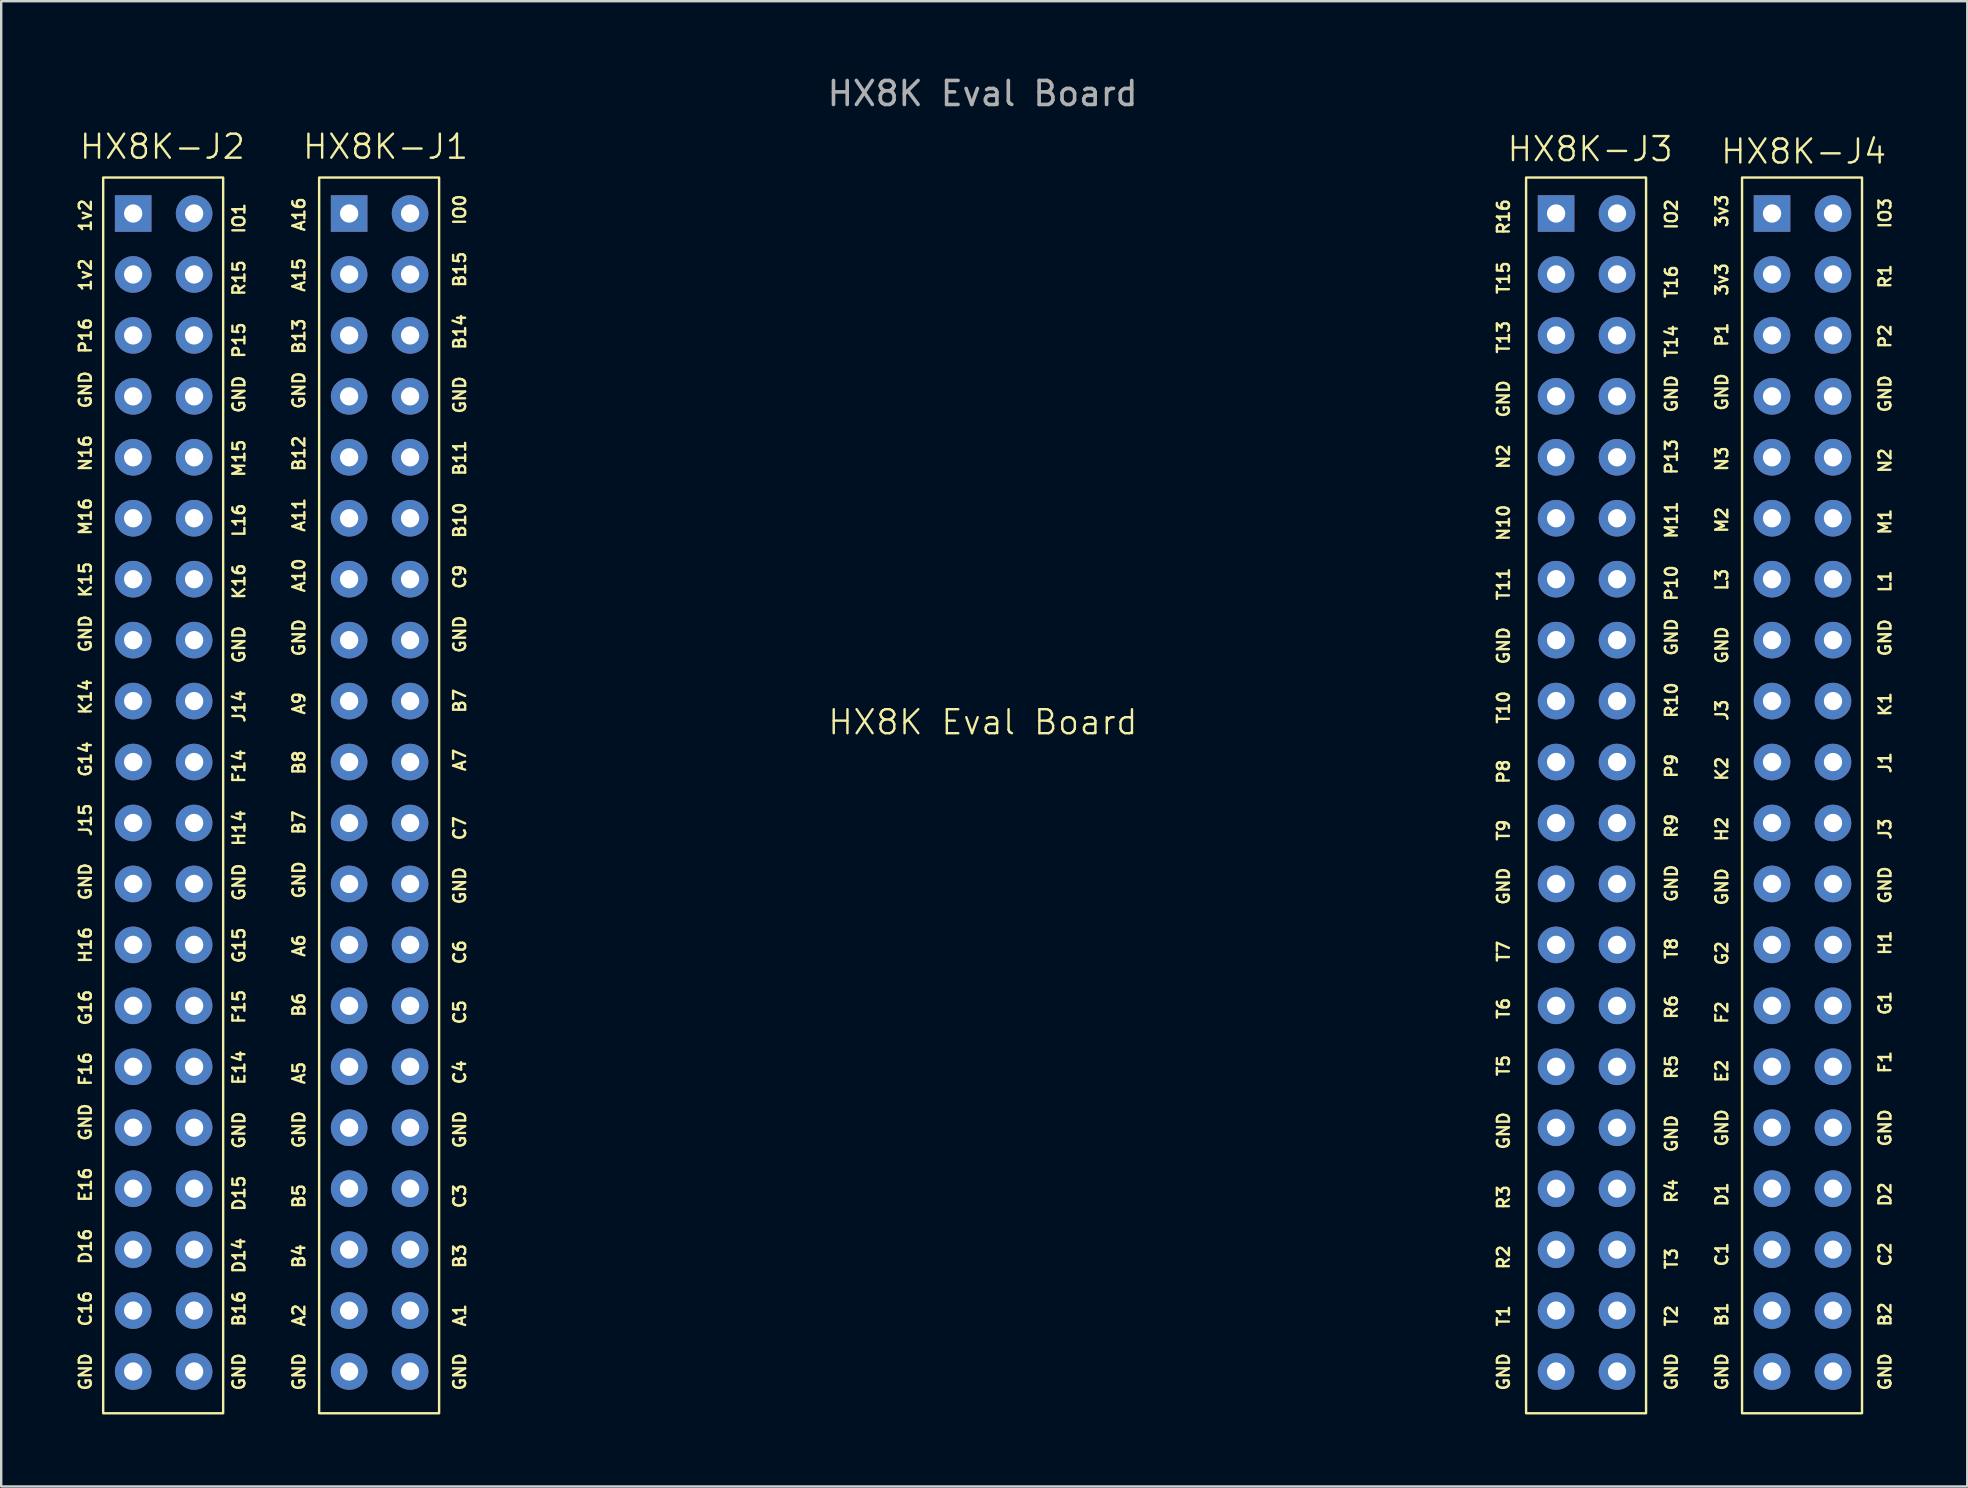
<source format=kicad_pcb>
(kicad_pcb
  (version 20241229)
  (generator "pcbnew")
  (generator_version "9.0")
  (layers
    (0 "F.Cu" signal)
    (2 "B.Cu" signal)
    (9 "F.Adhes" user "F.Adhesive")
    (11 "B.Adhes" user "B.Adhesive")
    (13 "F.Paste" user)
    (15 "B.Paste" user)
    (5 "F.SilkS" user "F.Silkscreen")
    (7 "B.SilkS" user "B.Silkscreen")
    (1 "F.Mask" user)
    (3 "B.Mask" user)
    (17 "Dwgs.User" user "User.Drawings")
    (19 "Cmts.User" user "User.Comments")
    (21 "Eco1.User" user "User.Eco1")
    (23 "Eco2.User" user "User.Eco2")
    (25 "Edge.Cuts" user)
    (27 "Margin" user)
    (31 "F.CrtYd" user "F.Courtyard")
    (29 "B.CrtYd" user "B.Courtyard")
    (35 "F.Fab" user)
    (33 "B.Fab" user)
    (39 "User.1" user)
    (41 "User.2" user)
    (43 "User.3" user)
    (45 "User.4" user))
  (footprint "HX8K Eval Board"
    (layer "F.Cu")
    (at 37.9 29.348)
    (property "Reference" "HX8K Eval Board" (at 0.01 -2.3 0) (unlocked yes) (layer "F.SilkS") (effects (font (size 1 1) (thickness 0.1))))
    (attr through_hole)
    (fp_rect (start -36.65 -25) (end -31.65 26.5) (stroke (width 0.1) (type default)) (fill no) (layer "F.SilkS"))
    (fp_rect (start -27.65 -25) (end -22.65 26.5) (stroke (width 0.1) (type default)) (fill no) (layer "F.SilkS"))
    (fp_rect (start 22.65 -25) (end 27.65 26.5) (stroke (width 0.1) (type default)) (fill no) (layer "F.SilkS"))
    (fp_rect (start 31.65 -25) (end 36.65 26.5) (stroke (width 0.1) (type default)) (fill no) (layer "F.SilkS"))
    (fp_text user "GND   T2    T3     R4   GND    R5    R6    T8    GND   R9    P9    R10   GND  P10   M11   P13   GND  T14   T16    IO2" (at 29 25.6 90) (unlocked yes) (layer "F.SilkS") (effects (font (size 0.5 0.5) (thickness 0.1)) (justify left bottom)))
    (fp_text user "GND   A2    B4    B5    GND   A5     B6    A6    GND   B7    B8    A9    GND   A10   A11   B12   GND  B13   A15   A16" (at -28.2 25.6 90) (unlocked yes) (layer "F.SilkS") (effects (font (size 0.5 0.5) (thickness 0.1)) (justify left bottom)))
    (fp_text user "GND   A1    B3    C3    GND   C4    C5    C6    GND   C7     A7    B7    GND   C9   B10   B11   GND   B14   B15   IO0" (at -21.5 25.6 90) (unlocked yes) (layer "F.SilkS") (effects (font (size 0.5 0.5) (thickness 0.1)) (justify left bottom)))
    (fp_text user "HX8K-J2" (at -37.7 -25.7 0) (unlocked yes) (layer "F.SilkS") (effects (font (size 1 1) (thickness 0.1)) (justify left bottom)))
    (fp_text user "GND   B16  D14   D15   GND   E14   F15   G15   GND  H14   F14   J14   GND   K16   L16   M15   GND  P15   R15   IO1" (at -30.7 25.6 90) (unlocked yes) (layer "F.SilkS") (effects (font (size 0.5 0.5) (thickness 0.1)) (justify left bottom)))
    (fp_text user "GND   B2    C2    D2    GND    F1    G1    H1   GND   J3     J1    K1    GND   L1    M1    N2    GND   P2    R1    IO3" (at 37.9 25.6 90) (unlocked yes) (layer "F.SilkS") (effects (font (size 0.5 0.5) (thickness 0.1)) (justify left bottom)))
    (fp_text user "GND   B1    C1    D1    GND   E2    F2    G2    GND   H2    K2    J3    GND    L3    M2    N3    GND   P1   3v3    3v3" (at 31.1 25.6 90) (unlocked yes) (layer "F.SilkS") (effects (font (size 0.5 0.5) (thickness 0.1)) (justify left bottom)))
    (fp_text user "HX8K-J3" (at 21.8 -25.6 0) (unlocked yes) (layer "F.SilkS") (effects (font (size 1 1) (thickness 0.1)) (justify left bottom)))
    (fp_text user "GND   C16   D16   E16   GND  F16   G16   H16   GND   J15   G14   K14   GND  K15   M16   N16   GND  P16   1v2   1v2" (at -37.1 25.6 90) (unlocked yes) (layer "F.SilkS") (effects (font (size 0.5 0.5) (thickness 0.1)) (justify left bottom)))
    (fp_text user "HX8K-J4" (at 30.7 -25.5 0) (unlocked yes) (layer "F.SilkS") (effects (font (size 1 1) (thickness 0.1)) (justify left bottom)))
    (fp_text user "HX8K-J1" (at -28.4 -25.7 0) (unlocked yes) (layer "F.SilkS") (effects (font (size 1 1) (thickness 0.1)) (justify left bottom)))
    (fp_text user "GND   T1    R2    R3    GND    T5    T6    T7    GND   T9    P8    T10   GND   T11   N10    N2   GND   T13   T15   R16" (at 22 25.6 90) (unlocked yes) (layer "F.SilkS") (effects (font (size 0.5 0.5) (thickness 0.1)) (justify left bottom)))
    (fp_text user "${REFERENCE}" (at 0 -28.5 0) (unlocked yes) (layer "F.Fab") (effects (font (size 1 1) (thickness 0.15))))
    (pad "J1P1" thru_hole rect (at -26.4 -23.5) (size 1.524 1.524) (drill 0.762) (layers "*.Cu" "*.Mask"))
    (pad "J1P2" thru_hole circle (at -26.4 -20.96) (size 1.524 1.524) (drill 0.762) (layers "*.Cu" "*.Mask"))
    (pad "J1P3" thru_hole circle (at -26.4 -18.42) (size 1.524 1.524) (drill 0.762) (layers "*.Cu" "*.Mask"))
    (pad "J1P4" thru_hole circle (at -26.4 -15.88) (size 1.524 1.524) (drill 0.762) (layers "*.Cu" "*.Mask"))
    (pad "J1P5" thru_hole circle (at -26.4 -13.34) (size 1.524 1.524) (drill 0.762) (layers "*.Cu" "*.Mask"))
    (pad "J1P6" thru_hole circle (at -26.4 -10.8) (size 1.524 1.524) (drill 0.762) (layers "*.Cu" "*.Mask"))
    (pad "J1P7" thru_hole circle (at -26.4 -8.26) (size 1.524 1.524) (drill 0.762) (layers "*.Cu" "*.Mask"))
    (pad "J1P8" thru_hole circle (at -26.4 -5.72) (size 1.524 1.524) (drill 0.762) (layers "*.Cu" "*.Mask"))
    (pad "J1P9" thru_hole circle (at -26.4 -3.18) (size 1.524 1.524) (drill 0.762) (layers "*.Cu" "*.Mask"))
    (pad "J1P10" thru_hole circle (at -26.4 -0.64) (size 1.524 1.524) (drill 0.762) (layers "*.Cu" "*.Mask"))
    (pad "J1P11" thru_hole circle (at -26.4 1.9) (size 1.524 1.524) (drill 0.762) (layers "*.Cu" "*.Mask"))
    (pad "J1P12" thru_hole circle (at -26.4 4.44) (size 1.524 1.524) (drill 0.762) (layers "*.Cu" "*.Mask"))
    (pad "J1P13" thru_hole circle (at -26.4 6.98) (size 1.524 1.524) (drill 0.762) (layers "*.Cu" "*.Mask"))
    (pad "J1P14" thru_hole circle (at -26.4 9.52) (size 1.524 1.524) (drill 0.762) (layers "*.Cu" "*.Mask"))
    (pad "J1P15" thru_hole circle (at -26.4 12.06) (size 1.524 1.524) (drill 0.762) (layers "*.Cu" "*.Mask"))
    (pad "J1P16" thru_hole circle (at -26.4 14.6) (size 1.524 1.524) (drill 0.762) (layers "*.Cu" "*.Mask"))
    (pad "J1P17" thru_hole circle (at -26.4 17.14) (size 1.524 1.524) (drill 0.762) (layers "*.Cu" "*.Mask"))
    (pad "J1P18" thru_hole circle (at -26.4 19.68) (size 1.524 1.524) (drill 0.762) (layers "*.Cu" "*.Mask"))
    (pad "J1P19" thru_hole circle (at -26.4 22.22) (size 1.524 1.524) (drill 0.762) (layers "*.Cu" "*.Mask"))
    (pad "J1P20" thru_hole circle (at -26.4 24.76) (size 1.524 1.524) (drill 0.762) (layers "*.Cu" "*.Mask"))
    (pad "J1P21" thru_hole circle (at -23.86 -23.5) (size 1.524 1.524) (drill 0.762) (layers "*.Cu" "*.Mask"))
    (pad "J1P22" thru_hole circle (at -23.86 -20.96) (size 1.524 1.524) (drill 0.762) (layers "*.Cu" "*.Mask"))
    (pad "J1P23" thru_hole circle (at -23.86 -18.42) (size 1.524 1.524) (drill 0.762) (layers "*.Cu" "*.Mask"))
    (pad "J1P24" thru_hole circle (at -23.86 -15.88) (size 1.524 1.524) (drill 0.762) (layers "*.Cu" "*.Mask"))
    (pad "J1P25" thru_hole circle (at -23.86 -13.34) (size 1.524 1.524) (drill 0.762) (layers "*.Cu" "*.Mask"))
    (pad "J1P26" thru_hole circle (at -23.86 -10.8) (size 1.524 1.524) (drill 0.762) (layers "*.Cu" "*.Mask"))
    (pad "J1P27" thru_hole circle (at -23.86 -8.26) (size 1.524 1.524) (drill 0.762) (layers "*.Cu" "*.Mask"))
    (pad "J1P28" thru_hole circle (at -23.86 -5.72) (size 1.524 1.524) (drill 0.762) (layers "*.Cu" "*.Mask"))
    (pad "J1P29" thru_hole circle (at -23.86 -3.18) (size 1.524 1.524) (drill 0.762) (layers "*.Cu" "*.Mask"))
    (pad "J1P30" thru_hole circle (at -23.86 -0.64) (size 1.524 1.524) (drill 0.762) (layers "*.Cu" "*.Mask"))
    (pad "J1P31" thru_hole circle (at -23.86 1.9) (size 1.524 1.524) (drill 0.762) (layers "*.Cu" "*.Mask"))
    (pad "J1P32" thru_hole circle (at -23.86 4.44) (size 1.524 1.524) (drill 0.762) (layers "*.Cu" "*.Mask"))
    (pad "J1P33" thru_hole circle (at -23.86 6.98) (size 1.524 1.524) (drill 0.762) (layers "*.Cu" "*.Mask"))
    (pad "J1P34" thru_hole circle (at -23.86 9.52) (size 1.524 1.524) (drill 0.762) (layers "*.Cu" "*.Mask"))
    (pad "J1P35" thru_hole circle (at -23.86 12.06) (size 1.524 1.524) (drill 0.762) (layers "*.Cu" "*.Mask"))
    (pad "J1P36" thru_hole circle (at -23.86 14.6) (size 1.524 1.524) (drill 0.762) (layers "*.Cu" "*.Mask"))
    (pad "J1P37" thru_hole circle (at -23.86 17.14) (size 1.524 1.524) (drill 0.762) (layers "*.Cu" "*.Mask"))
    (pad "J1P38" thru_hole circle (at -23.86 19.68) (size 1.524 1.524) (drill 0.762) (layers "*.Cu" "*.Mask"))
    (pad "J1P39" thru_hole circle (at -23.86 22.22) (size 1.524 1.524) (drill 0.762) (layers "*.Cu" "*.Mask"))
    (pad "J1P40" thru_hole circle (at -23.86 24.76) (size 1.524 1.524) (drill 0.762) (layers "*.Cu" "*.Mask"))
    (pad "J2P1" thru_hole rect (at -35.4 -23.5) (size 1.524 1.524) (drill 0.762) (layers "*.Cu" "*.Mask"))
    (pad "J2P2" thru_hole circle (at -35.4 -20.96) (size 1.524 1.524) (drill 0.762) (layers "*.Cu" "*.Mask"))
    (pad "J2P3" thru_hole circle (at -35.4 -18.42) (size 1.524 1.524) (drill 0.762) (layers "*.Cu" "*.Mask"))
    (pad "J2P4" thru_hole circle (at -35.4 -15.88) (size 1.524 1.524) (drill 0.762) (layers "*.Cu" "*.Mask"))
    (pad "J2P5" thru_hole circle (at -35.4 -13.34) (size 1.524 1.524) (drill 0.762) (layers "*.Cu" "*.Mask"))
    (pad "J2P6" thru_hole circle (at -35.4 -10.8) (size 1.524 1.524) (drill 0.762) (layers "*.Cu" "*.Mask"))
    (pad "J2P7" thru_hole circle (at -35.4 -8.26) (size 1.524 1.524) (drill 0.762) (layers "*.Cu" "*.Mask"))
    (pad "J2P8" thru_hole circle (at -35.4 -5.72) (size 1.524 1.524) (drill 0.762) (layers "*.Cu" "*.Mask"))
    (pad "J2P9" thru_hole circle (at -35.4 -3.18) (size 1.524 1.524) (drill 0.762) (layers "*.Cu" "*.Mask"))
    (pad "J2P10" thru_hole circle (at -35.4 -0.64) (size 1.524 1.524) (drill 0.762) (layers "*.Cu" "*.Mask"))
    (pad "J2P11" thru_hole circle (at -35.4 1.9) (size 1.524 1.524) (drill 0.762) (layers "*.Cu" "*.Mask"))
    (pad "J2P12" thru_hole circle (at -35.4 4.44) (size 1.524 1.524) (drill 0.762) (layers "*.Cu" "*.Mask"))
    (pad "J2P13" thru_hole circle (at -35.4 6.98) (size 1.524 1.524) (drill 0.762) (layers "*.Cu" "*.Mask"))
    (pad "J2P14" thru_hole circle (at -35.4 9.52) (size 1.524 1.524) (drill 0.762) (layers "*.Cu" "*.Mask"))
    (pad "J2P15" thru_hole circle (at -35.4 12.06) (size 1.524 1.524) (drill 0.762) (layers "*.Cu" "*.Mask"))
    (pad "J2P16" thru_hole circle (at -35.4 14.6) (size 1.524 1.524) (drill 0.762) (layers "*.Cu" "*.Mask"))
    (pad "J2P17" thru_hole circle (at -35.4 17.14) (size 1.524 1.524) (drill 0.762) (layers "*.Cu" "*.Mask"))
    (pad "J2P18" thru_hole circle (at -35.4 19.68) (size 1.524 1.524) (drill 0.762) (layers "*.Cu" "*.Mask"))
    (pad "J2P19" thru_hole circle (at -35.4 22.22) (size 1.524 1.524) (drill 0.762) (layers "*.Cu" "*.Mask"))
    (pad "J2P20" thru_hole circle (at -35.4 24.76) (size 1.524 1.524) (drill 0.762) (layers "*.Cu" "*.Mask"))
    (pad "J2P21" thru_hole circle (at -32.86 -23.5) (size 1.524 1.524) (drill 0.762) (layers "*.Cu" "*.Mask"))
    (pad "J2P22" thru_hole circle (at -32.86 -20.96) (size 1.524 1.524) (drill 0.762) (layers "*.Cu" "*.Mask"))
    (pad "J2P23" thru_hole circle (at -32.86 -18.42) (size 1.524 1.524) (drill 0.762) (layers "*.Cu" "*.Mask"))
    (pad "J2P24" thru_hole circle (at -32.86 -15.88) (size 1.524 1.524) (drill 0.762) (layers "*.Cu" "*.Mask"))
    (pad "J2P25" thru_hole circle (at -32.86 -13.34) (size 1.524 1.524) (drill 0.762) (layers "*.Cu" "*.Mask"))
    (pad "J2P26" thru_hole circle (at -32.86 -10.8) (size 1.524 1.524) (drill 0.762) (layers "*.Cu" "*.Mask"))
    (pad "J2P27" thru_hole circle (at -32.86 -8.26) (size 1.524 1.524) (drill 0.762) (layers "*.Cu" "*.Mask"))
    (pad "J2P28" thru_hole circle (at -32.86 -5.72) (size 1.524 1.524) (drill 0.762) (layers "*.Cu" "*.Mask"))
    (pad "J2P29" thru_hole circle (at -32.86 -3.18) (size 1.524 1.524) (drill 0.762) (layers "*.Cu" "*.Mask"))
    (pad "J2P30" thru_hole circle (at -32.86 -0.64) (size 1.524 1.524) (drill 0.762) (layers "*.Cu" "*.Mask"))
    (pad "J2P31" thru_hole circle (at -32.86 1.9) (size 1.524 1.524) (drill 0.762) (layers "*.Cu" "*.Mask"))
    (pad "J2P32" thru_hole circle (at -32.86 4.44) (size 1.524 1.524) (drill 0.762) (layers "*.Cu" "*.Mask"))
    (pad "J2P33" thru_hole circle (at -32.86 6.98) (size 1.524 1.524) (drill 0.762) (layers "*.Cu" "*.Mask"))
    (pad "J2P34" thru_hole circle (at -32.86 9.52) (size 1.524 1.524) (drill 0.762) (layers "*.Cu" "*.Mask"))
    (pad "J2P35" thru_hole circle (at -32.86 12.06) (size 1.524 1.524) (drill 0.762) (layers "*.Cu" "*.Mask"))
    (pad "J2P36" thru_hole circle (at -32.86 14.6) (size 1.524 1.524) (drill 0.762) (layers "*.Cu" "*.Mask"))
    (pad "J2P37" thru_hole circle (at -32.86 17.14) (size 1.524 1.524) (drill 0.762) (layers "*.Cu" "*.Mask"))
    (pad "J2P38" thru_hole circle (at -32.86 19.68) (size 1.524 1.524) (drill 0.762) (layers "*.Cu" "*.Mask"))
    (pad "J2P39" thru_hole circle (at -32.86 22.22) (size 1.524 1.524) (drill 0.762) (layers "*.Cu" "*.Mask"))
    (pad "J2P40" thru_hole circle (at -32.86 24.76) (size 1.524 1.524) (drill 0.762) (layers "*.Cu" "*.Mask"))
    (pad "J3P1" thru_hole rect (at 23.9 -23.5) (size 1.524 1.524) (drill 0.762) (layers "*.Cu" "*.Mask"))
    (pad "J3P2" thru_hole circle (at 23.9 -20.96) (size 1.524 1.524) (drill 0.762) (layers "*.Cu" "*.Mask"))
    (pad "J3P3" thru_hole circle (at 23.9 -18.42) (size 1.524 1.524) (drill 0.762) (layers "*.Cu" "*.Mask"))
    (pad "J3P4" thru_hole circle (at 23.9 -15.88) (size 1.524 1.524) (drill 0.762) (layers "*.Cu" "*.Mask"))
    (pad "J3P5" thru_hole circle (at 23.9 -13.34) (size 1.524 1.524) (drill 0.762) (layers "*.Cu" "*.Mask"))
    (pad "J3P6" thru_hole circle (at 23.9 -10.8) (size 1.524 1.524) (drill 0.762) (layers "*.Cu" "*.Mask"))
    (pad "J3P7" thru_hole circle (at 23.9 -8.26) (size 1.524 1.524) (drill 0.762) (layers "*.Cu" "*.Mask"))
    (pad "J3P8" thru_hole circle (at 23.9 -5.72) (size 1.524 1.524) (drill 0.762) (layers "*.Cu" "*.Mask"))
    (pad "J3P9" thru_hole circle (at 23.9 -3.18) (size 1.524 1.524) (drill 0.762) (layers "*.Cu" "*.Mask"))
    (pad "J3P10" thru_hole circle (at 23.9 -0.64) (size 1.524 1.524) (drill 0.762) (layers "*.Cu" "*.Mask"))
    (pad "J3P11" thru_hole circle (at 23.9 1.9) (size 1.524 1.524) (drill 0.762) (layers "*.Cu" "*.Mask"))
    (pad "J3P12" thru_hole circle (at 23.9 4.44) (size 1.524 1.524) (drill 0.762) (layers "*.Cu" "*.Mask"))
    (pad "J3P13" thru_hole circle (at 23.9 6.98) (size 1.524 1.524) (drill 0.762) (layers "*.Cu" "*.Mask"))
    (pad "J3P14" thru_hole circle (at 23.9 9.52) (size 1.524 1.524) (drill 0.762) (layers "*.Cu" "*.Mask"))
    (pad "J3P15" thru_hole circle (at 23.9 12.06) (size 1.524 1.524) (drill 0.762) (layers "*.Cu" "*.Mask"))
    (pad "J3P16" thru_hole circle (at 23.9 14.6) (size 1.524 1.524) (drill 0.762) (layers "*.Cu" "*.Mask"))
    (pad "J3P17" thru_hole circle (at 23.9 17.14) (size 1.524 1.524) (drill 0.762) (layers "*.Cu" "*.Mask"))
    (pad "J3P18" thru_hole circle (at 23.9 19.68) (size 1.524 1.524) (drill 0.762) (layers "*.Cu" "*.Mask"))
    (pad "J3P19" thru_hole circle (at 23.9 22.22) (size 1.524 1.524) (drill 0.762) (layers "*.Cu" "*.Mask"))
    (pad "J3P20" thru_hole circle (at 23.9 24.76) (size 1.524 1.524) (drill 0.762) (layers "*.Cu" "*.Mask"))
    (pad "J3P21" thru_hole circle (at 26.44 -23.5) (size 1.524 1.524) (drill 0.762) (layers "*.Cu" "*.Mask"))
    (pad "J3P22" thru_hole circle (at 26.44 -20.96) (size 1.524 1.524) (drill 0.762) (layers "*.Cu" "*.Mask"))
    (pad "J3P23" thru_hole circle (at 26.44 -18.42) (size 1.524 1.524) (drill 0.762) (layers "*.Cu" "*.Mask"))
    (pad "J3P24" thru_hole circle (at 26.44 -15.88) (size 1.524 1.524) (drill 0.762) (layers "*.Cu" "*.Mask"))
    (pad "J3P25" thru_hole circle (at 26.44 -13.34) (size 1.524 1.524) (drill 0.762) (layers "*.Cu" "*.Mask"))
    (pad "J3P26" thru_hole circle (at 26.44 -10.8) (size 1.524 1.524) (drill 0.762) (layers "*.Cu" "*.Mask"))
    (pad "J3P27" thru_hole circle (at 26.44 -8.26) (size 1.524 1.524) (drill 0.762) (layers "*.Cu" "*.Mask"))
    (pad "J3P28" thru_hole circle (at 26.44 -5.72) (size 1.524 1.524) (drill 0.762) (layers "*.Cu" "*.Mask"))
    (pad "J3P29" thru_hole circle (at 26.44 -3.18) (size 1.524 1.524) (drill 0.762) (layers "*.Cu" "*.Mask"))
    (pad "J3P30" thru_hole circle (at 26.44 -0.64) (size 1.524 1.524) (drill 0.762) (layers "*.Cu" "*.Mask"))
    (pad "J3P31" thru_hole circle (at 26.44 1.9) (size 1.524 1.524) (drill 0.762) (layers "*.Cu" "*.Mask"))
    (pad "J3P32" thru_hole circle (at 26.44 4.44) (size 1.524 1.524) (drill 0.762) (layers "*.Cu" "*.Mask"))
    (pad "J3P33" thru_hole circle (at 26.44 6.98) (size 1.524 1.524) (drill 0.762) (layers "*.Cu" "*.Mask"))
    (pad "J3P34" thru_hole circle (at 26.44 9.52) (size 1.524 1.524) (drill 0.762) (layers "*.Cu" "*.Mask"))
    (pad "J3P35" thru_hole circle (at 26.44 12.06) (size 1.524 1.524) (drill 0.762) (layers "*.Cu" "*.Mask"))
    (pad "J3P36" thru_hole circle (at 26.44 14.6) (size 1.524 1.524) (drill 0.762) (layers "*.Cu" "*.Mask"))
    (pad "J3P37" thru_hole circle (at 26.44 17.14) (size 1.524 1.524) (drill 0.762) (layers "*.Cu" "*.Mask"))
    (pad "J3P38" thru_hole circle (at 26.44 19.68) (size 1.524 1.524) (drill 0.762) (layers "*.Cu" "*.Mask"))
    (pad "J3P39" thru_hole circle (at 26.44 22.22) (size 1.524 1.524) (drill 0.762) (layers "*.Cu" "*.Mask"))
    (pad "J3P40" thru_hole circle (at 26.44 24.76) (size 1.524 1.524) (drill 0.762) (layers "*.Cu" "*.Mask"))
    (pad "J4P1" thru_hole rect (at 32.9 -23.5) (size 1.524 1.524) (drill 0.762) (layers "*.Cu" "*.Mask"))
    (pad "J4P2" thru_hole circle (at 32.9 -20.96) (size 1.524 1.524) (drill 0.762) (layers "*.Cu" "*.Mask"))
    (pad "J4P3" thru_hole circle (at 32.9 -18.42) (size 1.524 1.524) (drill 0.762) (layers "*.Cu" "*.Mask"))
    (pad "J4P4" thru_hole circle (at 32.9 -15.88) (size 1.524 1.524) (drill 0.762) (layers "*.Cu" "*.Mask"))
    (pad "J4P5" thru_hole circle (at 32.9 -13.34) (size 1.524 1.524) (drill 0.762) (layers "*.Cu" "*.Mask"))
    (pad "J4P6" thru_hole circle (at 32.9 -10.8) (size 1.524 1.524) (drill 0.762) (layers "*.Cu" "*.Mask"))
    (pad "J4P7" thru_hole circle (at 32.9 -8.26) (size 1.524 1.524) (drill 0.762) (layers "*.Cu" "*.Mask"))
    (pad "J4P8" thru_hole circle (at 32.9 -5.72) (size 1.524 1.524) (drill 0.762) (layers "*.Cu" "*.Mask"))
    (pad "J4P9" thru_hole circle (at 32.9 -3.18) (size 1.524 1.524) (drill 0.762) (layers "*.Cu" "*.Mask"))
    (pad "J4P10" thru_hole circle (at 32.9 -0.64) (size 1.524 1.524) (drill 0.762) (layers "*.Cu" "*.Mask"))
    (pad "J4P11" thru_hole circle (at 32.9 1.9) (size 1.524 1.524) (drill 0.762) (layers "*.Cu" "*.Mask"))
    (pad "J4P12" thru_hole circle (at 32.9 4.44) (size 1.524 1.524) (drill 0.762) (layers "*.Cu" "*.Mask"))
    (pad "J4P13" thru_hole circle (at 32.9 6.98) (size 1.524 1.524) (drill 0.762) (layers "*.Cu" "*.Mask"))
    (pad "J4P14" thru_hole circle (at 32.9 9.52) (size 1.524 1.524) (drill 0.762) (layers "*.Cu" "*.Mask"))
    (pad "J4P15" thru_hole circle (at 32.9 12.06) (size 1.524 1.524) (drill 0.762) (layers "*.Cu" "*.Mask"))
    (pad "J4P16" thru_hole circle (at 32.9 14.6) (size 1.524 1.524) (drill 0.762) (layers "*.Cu" "*.Mask"))
    (pad "J4P17" thru_hole circle (at 32.9 17.14) (size 1.524 1.524) (drill 0.762) (layers "*.Cu" "*.Mask"))
    (pad "J4P18" thru_hole circle (at 32.9 19.68) (size 1.524 1.524) (drill 0.762) (layers "*.Cu" "*.Mask"))
    (pad "J4P19" thru_hole circle (at 32.9 22.22) (size 1.524 1.524) (drill 0.762) (layers "*.Cu" "*.Mask"))
    (pad "J4P20" thru_hole circle (at 32.9 24.76) (size 1.524 1.524) (drill 0.762) (layers "*.Cu" "*.Mask"))
    (pad "J4P21" thru_hole circle (at 35.44 -23.5) (size 1.524 1.524) (drill 0.762) (layers "*.Cu" "*.Mask"))
    (pad "J4P22" thru_hole circle (at 35.44 -20.96) (size 1.524 1.524) (drill 0.762) (layers "*.Cu" "*.Mask"))
    (pad "J4P23" thru_hole circle (at 35.44 -18.42) (size 1.524 1.524) (drill 0.762) (layers "*.Cu" "*.Mask"))
    (pad "J4P24" thru_hole circle (at 35.44 -15.88) (size 1.524 1.524) (drill 0.762) (layers "*.Cu" "*.Mask"))
    (pad "J4P25" thru_hole circle (at 35.44 -13.34) (size 1.524 1.524) (drill 0.762) (layers "*.Cu" "*.Mask"))
    (pad "J4P26" thru_hole circle (at 35.44 -10.8) (size 1.524 1.524) (drill 0.762) (layers "*.Cu" "*.Mask"))
    (pad "J4P27" thru_hole circle (at 35.44 -8.26) (size 1.524 1.524) (drill 0.762) (layers "*.Cu" "*.Mask"))
    (pad "J4P28" thru_hole circle (at 35.44 -5.72) (size 1.524 1.524) (drill 0.762) (layers "*.Cu" "*.Mask"))
    (pad "J4P29" thru_hole circle (at 35.44 -3.18) (size 1.524 1.524) (drill 0.762) (layers "*.Cu" "*.Mask"))
    (pad "J4P30" thru_hole circle (at 35.44 -0.64) (size 1.524 1.524) (drill 0.762) (layers "*.Cu" "*.Mask"))
    (pad "J4P31" thru_hole circle (at 35.44 1.9) (size 1.524 1.524) (drill 0.762) (layers "*.Cu" "*.Mask"))
    (pad "J4P32" thru_hole circle (at 35.44 4.44) (size 1.524 1.524) (drill 0.762) (layers "*.Cu" "*.Mask"))
    (pad "J4P33" thru_hole circle (at 35.44 6.98) (size 1.524 1.524) (drill 0.762) (layers "*.Cu" "*.Mask"))
    (pad "J4P34" thru_hole circle (at 35.44 9.52) (size 1.524 1.524) (drill 0.762) (layers "*.Cu" "*.Mask"))
    (pad "J4P35" thru_hole circle (at 35.44 12.06) (size 1.524 1.524) (drill 0.762) (layers "*.Cu" "*.Mask"))
    (pad "J4P36" thru_hole circle (at 35.44 14.6) (size 1.524 1.524) (drill 0.762) (layers "*.Cu" "*.Mask"))
    (pad "J4P37" thru_hole circle (at 35.44 17.14) (size 1.524 1.524) (drill 0.762) (layers "*.Cu" "*.Mask"))
    (pad "J4P38" thru_hole circle (at 35.44 19.68) (size 1.524 1.524) (drill 0.762) (layers "*.Cu" "*.Mask"))
    (pad "J4P39" thru_hole circle (at 35.44 22.22) (size 1.524 1.524) (drill 0.762) (layers "*.Cu" "*.Mask"))
    (pad "J4P40" thru_hole circle (at 35.44 24.76) (size 1.524 1.524) (drill 0.762) (layers "*.Cu" "*.Mask")))
  (gr_rect
    (start -3 -3)
    (end 78.936 58.898)
    (stroke (width 0.1) (type default))
    (fill no)
    (layer "Edge.Cuts")))
</source>
